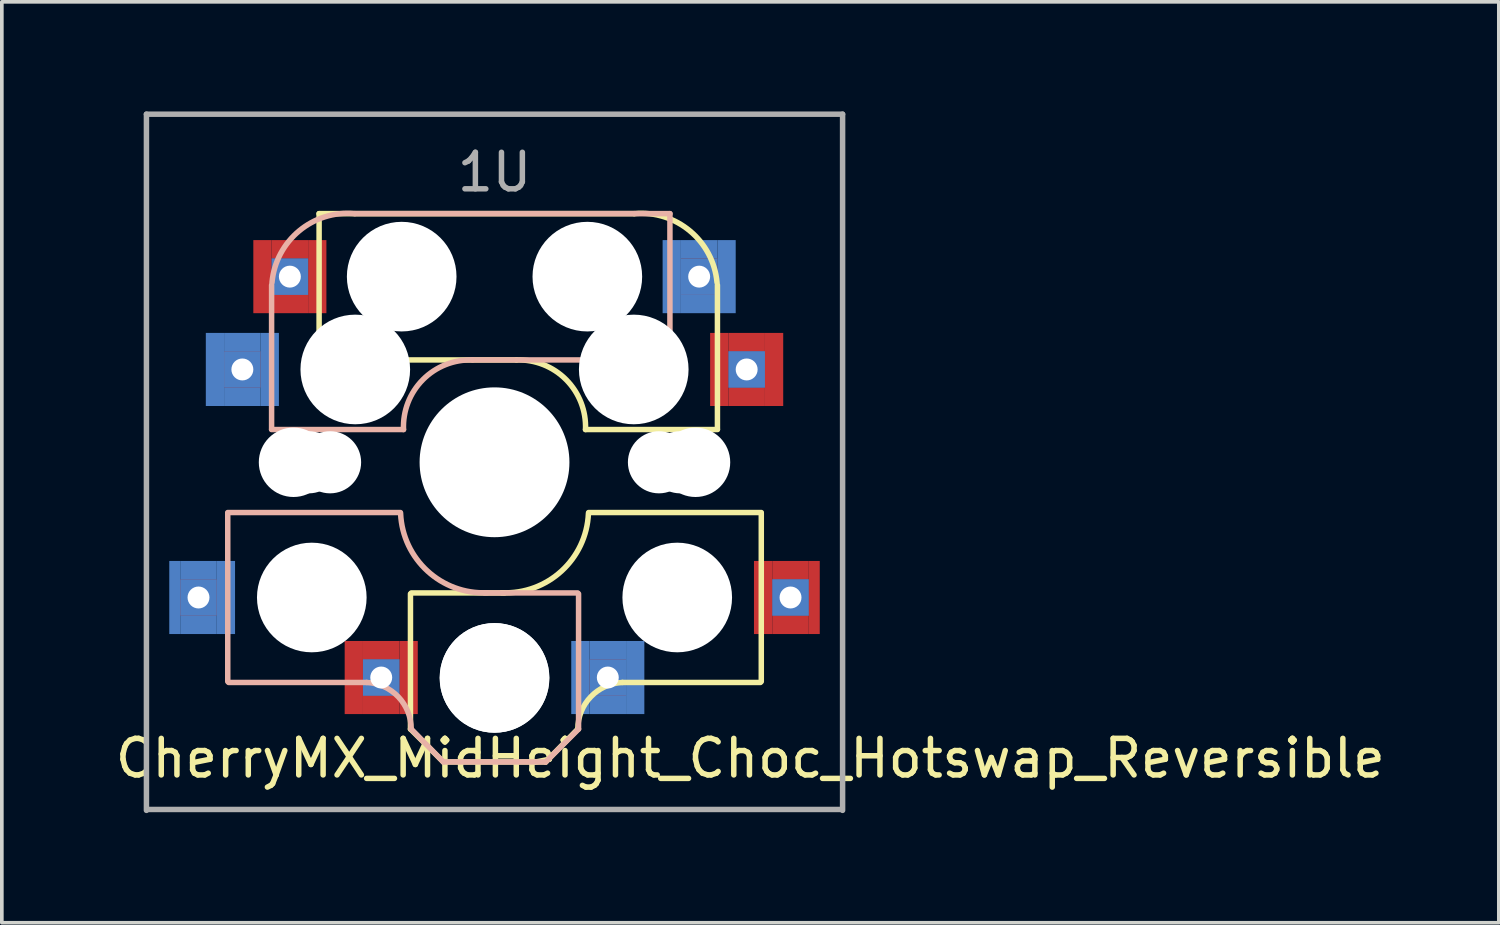
<source format=kicad_pcb>
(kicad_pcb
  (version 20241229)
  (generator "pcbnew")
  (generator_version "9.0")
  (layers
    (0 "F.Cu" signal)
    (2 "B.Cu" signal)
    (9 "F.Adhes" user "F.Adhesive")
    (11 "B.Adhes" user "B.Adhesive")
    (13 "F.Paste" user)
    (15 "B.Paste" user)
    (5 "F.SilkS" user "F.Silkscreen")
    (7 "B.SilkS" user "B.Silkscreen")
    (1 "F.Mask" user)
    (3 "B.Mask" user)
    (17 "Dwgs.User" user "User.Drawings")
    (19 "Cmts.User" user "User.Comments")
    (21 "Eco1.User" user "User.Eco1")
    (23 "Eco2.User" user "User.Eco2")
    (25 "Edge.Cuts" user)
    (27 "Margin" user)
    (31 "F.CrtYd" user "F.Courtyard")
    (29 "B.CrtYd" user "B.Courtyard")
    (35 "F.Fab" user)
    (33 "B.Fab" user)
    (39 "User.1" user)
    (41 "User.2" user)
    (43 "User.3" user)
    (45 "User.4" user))
  (footprint "CherryMX_MidHeight_Choc_Hotswap_Reversible"
    (layer "F.Cu")
    (at 10.482 9.6)
    (property "Reference" "CherryMX_MidHeight_Choc_Hotswap_Reversible" (at 7 8.1 0) (layer "F.SilkS") (effects (font (size 1 1) (thickness 0.15))))
    (fp_line (start -4.8 -6.804) (end 3.825 -6.804) (stroke (width 0.15) (type solid)) (layer "F.SilkS"))
    (fp_line (start -4.8 -2.8) (end -4.8 -6.804) (stroke (width 0.15) (type solid)) (layer "F.SilkS"))
    (fp_line (start -4.8 -2.8) (end 0.6 -2.8) (stroke (width 0.15) (type solid)) (layer "F.SilkS"))
    (fp_line (start -2.3 3.6) (end -2.3 7.3) (stroke (width 0.15) (type solid)) (layer "F.SilkS"))
    (fp_line (start -2.3 7.3) (end -1.4 8.2) (stroke (width 0.15) (type solid)) (layer "F.SilkS"))
    (fp_line (start -2.275 3.575) (end 0.275 3.575) (stroke (width 0.15) (type solid)) (layer "F.SilkS"))
    (fp_line (start -1.4 8.2) (end 1.4 8.2) (stroke (width 0.15) (type solid)) (layer "F.SilkS"))
    (fp_line (start 2.28 7.3) (end 1.4 8.2) (stroke (width 0.15) (type solid)) (layer "F.SilkS"))
    (fp_line (start 2.575 1.375) (end 7.3 1.375) (stroke (width 0.15) (type solid)) (layer "F.SilkS"))
    (fp_line (start 3.5 6.025) (end 7.275 6.025) (stroke (width 0.15) (type solid)) (layer "F.SilkS"))
    (fp_line (start 6.1 -4.85) (end 6.1 -0.905) (stroke (width 0.15) (type solid)) (layer "F.SilkS"))
    (fp_line (start 6.1 -0.896) (end 2.49 -0.896) (stroke (width 0.15) (type solid)) (layer "F.SilkS"))
    (fp_line (start 7.3 1.4) (end 7.3 6) (stroke (width 0.15) (type solid)) (layer "F.SilkS"))
    (fp_arc (start 0.6 -2.8) (mid 1.960305 -2.260251) (end 2.49 -0.896) (stroke (width 0.15) (type solid)) (layer "F.SilkS"))
    (fp_arc (start 2.28 7.3) (mid 2.633993 6.417536) (end 3.5 6.025) (stroke (width 0.15) (type solid)) (layer "F.SilkS"))
    (fp_arc (start 2.57 1.4) (mid 1.834422 2.975843) (end 0.2 3.57) (stroke (width 0.15) (type solid)) (layer "F.SilkS"))
    (fp_arc (start 3.825 -6.804) (mid 5.347189 -6.33089) (end 6.089 -4.92) (stroke (width 0.15) (type solid)) (layer "F.SilkS"))
    (fp_line (start -7.3 1.4) (end -7.3 6) (stroke (width 0.15) (type solid)) (layer "B.SilkS"))
    (fp_line (start -6.1 -4.85) (end -6.1 -0.905) (stroke (width 0.15) (type solid)) (layer "B.SilkS"))
    (fp_line (start -6.1 -0.896) (end -2.49 -0.896) (stroke (width 0.15) (type solid)) (layer "B.SilkS"))
    (fp_line (start -3.5 6.025) (end -7.275 6.025) (stroke (width 0.15) (type solid)) (layer "B.SilkS"))
    (fp_line (start -2.575 1.375) (end -7.3 1.375) (stroke (width 0.15) (type solid)) (layer "B.SilkS"))
    (fp_line (start -2.28 7.3) (end -1.4 8.2) (stroke (width 0.15) (type solid)) (layer "B.SilkS"))
    (fp_line (start 1.4 8.2) (end -1.4 8.2) (stroke (width 0.15) (type solid)) (layer "B.SilkS"))
    (fp_line (start 2.275 3.575) (end -0.275 3.575) (stroke (width 0.15) (type solid)) (layer "B.SilkS"))
    (fp_line (start 2.3 3.6) (end 2.3 7.3) (stroke (width 0.15) (type solid)) (layer "B.SilkS"))
    (fp_line (start 2.3 7.3) (end 1.4 8.2) (stroke (width 0.15) (type solid)) (layer "B.SilkS"))
    (fp_line (start 4.8 -6.804) (end -3.825 -6.804) (stroke (width 0.15) (type solid)) (layer "B.SilkS"))
    (fp_line (start 4.8 -2.8) (end -0.6 -2.8) (stroke (width 0.15) (type solid)) (layer "B.SilkS"))
    (fp_line (start 4.8 -2.8) (end 4.8 -6.804) (stroke (width 0.15) (type solid)) (layer "B.SilkS"))
    (fp_arc (start -6.089 -4.92) (mid -5.347189 -6.33089) (end -3.825 -6.804) (stroke (width 0.15) (type solid)) (layer "B.SilkS"))
    (fp_arc (start -3.5 6.025) (mid -2.633993 6.417536) (end -2.28 7.3) (stroke (width 0.15) (type solid)) (layer "B.SilkS"))
    (fp_arc (start -2.49 -0.896) (mid -1.960305 -2.260251) (end -0.6 -2.8) (stroke (width 0.15) (type solid)) (layer "B.SilkS"))
    (fp_arc (start -0.2 3.57) (mid -1.834422 2.975843) (end -2.57 1.4) (stroke (width 0.15) (type solid)) (layer "B.SilkS"))
    (fp_line (start -9.525 -9.525) (end 9.525 -9.525) (stroke (width 0.15) (type solid)) (layer "F.Fab"))
    (fp_line (start -9.525 9.525) (end -9.525 -9.525) (stroke (width 0.15) (type solid)) (layer "F.Fab"))
    (fp_line (start 9.5 9.5) (end -9.5 9.5) (stroke (width 0.15) (type solid)) (layer "F.Fab"))
    (fp_line (start 9.525 -9.525) (end 9.525 9.525) (stroke (width 0.15) (type solid)) (layer "F.Fab"))
    (fp_text user "1U" (at 0 -7.938 0) (layer "F.Fab") (effects (font (size 1 1) (thickness 0.15))))
    (pad "" np_thru_hole circle (at -5.5 0 90) (size 1.9 1.9) (drill 1.9) (layers "*.Cu" "*.Mask"))
    (pad "" np_thru_hole circle (at -5.08 0) (size 1.7 1.7) (drill 1.7) (layers "*.Cu" "*.Mask"))
    (pad "" np_thru_hole circle (at -5 3.7 90) (size 3 3) (drill 3) (layers "*.Cu" "*.Mask"))
    (pad "" np_thru_hole circle (at -4.5 0) (size 1.7 1.7) (drill 1.7) (layers "*.Cu" "*.Mask"))
    (pad "" np_thru_hole circle (at -3.81 -2.54 180) (size 3 3) (drill 3) (layers "*.Cu" "*.Mask"))
    (pad "" np_thru_hole circle (at -2.54 -5.08 180) (size 3 3) (drill 3) (layers "*.Cu" "*.Mask"))
    (pad "" np_thru_hole circle (at 0 0 90) (size 4.1 4.1) (drill 4.1) (layers "*.Cu" "*.Mask"))
    (pad "" np_thru_hole circle (at 0 5.9 90) (size 3 3) (drill 3) (layers "*.Cu" "*.Mask"))
    (pad "" np_thru_hole circle (at 0 5.9 270) (size 3 3) (drill 3) (layers "*.Cu" "*.Mask"))
    (pad "" np_thru_hole circle (at 2.54 -5.08 180) (size 3 3) (drill 3) (layers "*.Cu" "*.Mask"))
    (pad "" np_thru_hole circle (at 3.81 -2.54 180) (size 3 3) (drill 3) (layers "*.Cu" "*.Mask"))
    (pad "" np_thru_hole circle (at 4.5 0) (size 1.7 1.7) (drill 1.7) (layers "*.Cu" "*.Mask"))
    (pad "" np_thru_hole circle (at 5 3.7 270) (size 3 3) (drill 3) (layers "*.Cu" "*.Mask"))
    (pad "" np_thru_hole circle (at 5.08 0) (size 1.7 1.7) (drill 1.7) (layers "*.Cu" "*.Mask"))
    (pad "" np_thru_hole circle (at 5.5 0 90) (size 1.9 1.9) (drill 1.9) (layers "*.Cu" "*.Mask"))
    (pad "1" smd rect (at -8.75 3.7 180) (size 0.3 2) (layers "B.Cu" "B.Mask" "B.Paste"))
    (pad "1" smd rect (at -8.1 2.95 180) (size 1 0.5) (layers "B.Cu" "B.Mask" "B.Paste"))
    (pad "1" thru_hole rect (at -8.1 3.7) (size 1 1) (drill 0.6) (layers "*.Cu" "B.Mask"))
    (pad "1" smd rect (at -8.1 4.45 180) (size 1 0.5) (layers "B.Cu" "B.Mask" "B.Paste"))
    (pad "1" smd rect (at -7.65 -2.54 180) (size 0.5 2) (layers "B.Cu" "B.Mask" "B.Paste"))
    (pad "1" smd rect (at -7.35 3.7 180) (size 0.5 2) (layers "B.Cu" "B.Mask" "B.Paste"))
    (pad "1" smd rect (at -6.9 -3.29 180) (size 1 0.5) (layers "B.Cu" "B.Mask" "B.Paste"))
    (pad "1" thru_hole rect (at -6.9 -2.54) (size 1 1) (drill 0.6) (layers "*.Cu" "B.Mask"))
    (pad "1" smd rect (at -6.9 -1.79 180) (size 1 0.5) (layers "B.Cu" "B.Mask" "B.Paste"))
    (pad "1" smd rect (at -6.15 -2.54 180) (size 0.5 2) (layers "B.Cu" "B.Mask" "B.Paste"))
    (pad "1" smd rect (at 6.15 -2.54 180) (size 0.5 2) (layers "F.Cu" "F.Mask" "F.Paste"))
    (pad "1" smd rect (at 6.9 -3.29 180) (size 1 0.5) (layers "F.Cu" "F.Mask" "F.Paste"))
    (pad "1" thru_hole rect (at 6.9 -2.54) (size 1 1) (drill 0.6) (layers "*.Cu" "F.Mask"))
    (pad "1" smd rect (at 6.9 -1.79 180) (size 1 0.5) (layers "F.Cu" "F.Mask" "F.Paste"))
    (pad "1" smd rect (at 7.35 3.7 180) (size 0.5 2) (layers "F.Cu" "F.Mask" "F.Paste"))
    (pad "1" smd rect (at 7.65 -2.54 180) (size 0.5 2) (layers "F.Cu" "F.Mask" "F.Paste"))
    (pad "1" smd rect (at 8.1 2.95 180) (size 1 0.5) (layers "F.Cu" "F.Mask" "F.Paste"))
    (pad "1" thru_hole rect (at 8.1 3.7) (size 1 1) (drill 0.6) (layers "*.Cu" "F.Mask"))
    (pad "1" smd rect (at 8.1 4.45 180) (size 1 0.5) (layers "F.Cu" "F.Mask" "F.Paste"))
    (pad "1" smd rect (at 8.75 3.7 180) (size 0.3 2) (layers "F.Cu" "F.Mask" "F.Paste"))
    (pad "2" smd rect (at -6.35 -5.08 180) (size 0.5 2) (layers "F.Cu" "F.Mask" "F.Paste"))
    (pad "2" smd rect (at -5.6 -5.83 180) (size 1 0.5) (layers "F.Cu" "F.Mask" "F.Paste"))
    (pad "2" thru_hole rect (at -5.6 -5.08) (size 1 1) (drill 0.6) (layers "*.Cu" "F.Mask"))
    (pad "2" smd rect (at -5.6 -4.33 180) (size 1 0.5) (layers "F.Cu" "F.Mask" "F.Paste"))
    (pad "2" smd rect (at -4.85 -5.08 180) (size 0.5 2) (layers "F.Cu" "F.Mask" "F.Paste"))
    (pad "2" smd rect (at -3.85 5.89 180) (size 0.5 2) (layers "F.Cu" "F.Mask" "F.Paste"))
    (pad "2" smd rect (at -3.1 5.14 180) (size 1 0.5) (layers "F.Cu" "F.Mask" "F.Paste"))
    (pad "2" thru_hole rect (at -3.1 5.89) (size 1 1) (drill 0.6) (layers "*.Cu" "F.Mask"))
    (pad "2" smd rect (at -3.1 6.64 180) (size 1 0.5) (layers "F.Cu" "F.Mask" "F.Paste"))
    (pad "2" smd rect (at -2.35 5.89 180) (size 0.5 2) (layers "F.Cu" "F.Mask" "F.Paste"))
    (pad "2" smd rect (at 2.35 5.89 180) (size 0.5 2) (layers "B.Cu" "B.Mask" "B.Paste"))
    (pad "2" smd rect (at 3.1 5.14 180) (size 1 0.5) (layers "B.Cu" "B.Mask" "B.Paste"))
    (pad "2" thru_hole rect (at 3.1 5.89) (size 1 1) (drill 0.6) (layers "*.Cu" "B.Mask"))
    (pad "2" smd rect (at 3.1 6.64 180) (size 1 0.5) (layers "B.Cu" "B.Mask" "B.Paste"))
    (pad "2" smd rect (at 3.85 5.89 180) (size 0.5 2) (layers "B.Cu" "B.Mask" "B.Paste"))
    (pad "2" smd rect (at 4.85 -5.08 180) (size 0.5 2) (layers "B.Cu" "B.Mask" "B.Paste"))
    (pad "2" smd rect (at 5.6 -5.83 180) (size 1 0.5) (layers "B.Cu" "B.Mask" "B.Paste"))
    (pad "2" thru_hole rect (at 5.6 -5.08) (size 1 1) (drill 0.6) (layers "*.Cu" "B.Mask"))
    (pad "2" smd rect (at 5.6 -4.33 180) (size 1 0.5) (layers "B.Cu" "B.Mask" "B.Paste"))
    (pad "2" smd rect (at 6.35 -5.08 180) (size 0.5 2) (layers "B.Cu" "B.Mask" "B.Paste")))
  (gr_rect
    (start -3 -3)
    (end 37.964 22.2)
    (stroke (width 0.1) (type default))
    (fill no)
    (layer "Edge.Cuts")))
</source>
